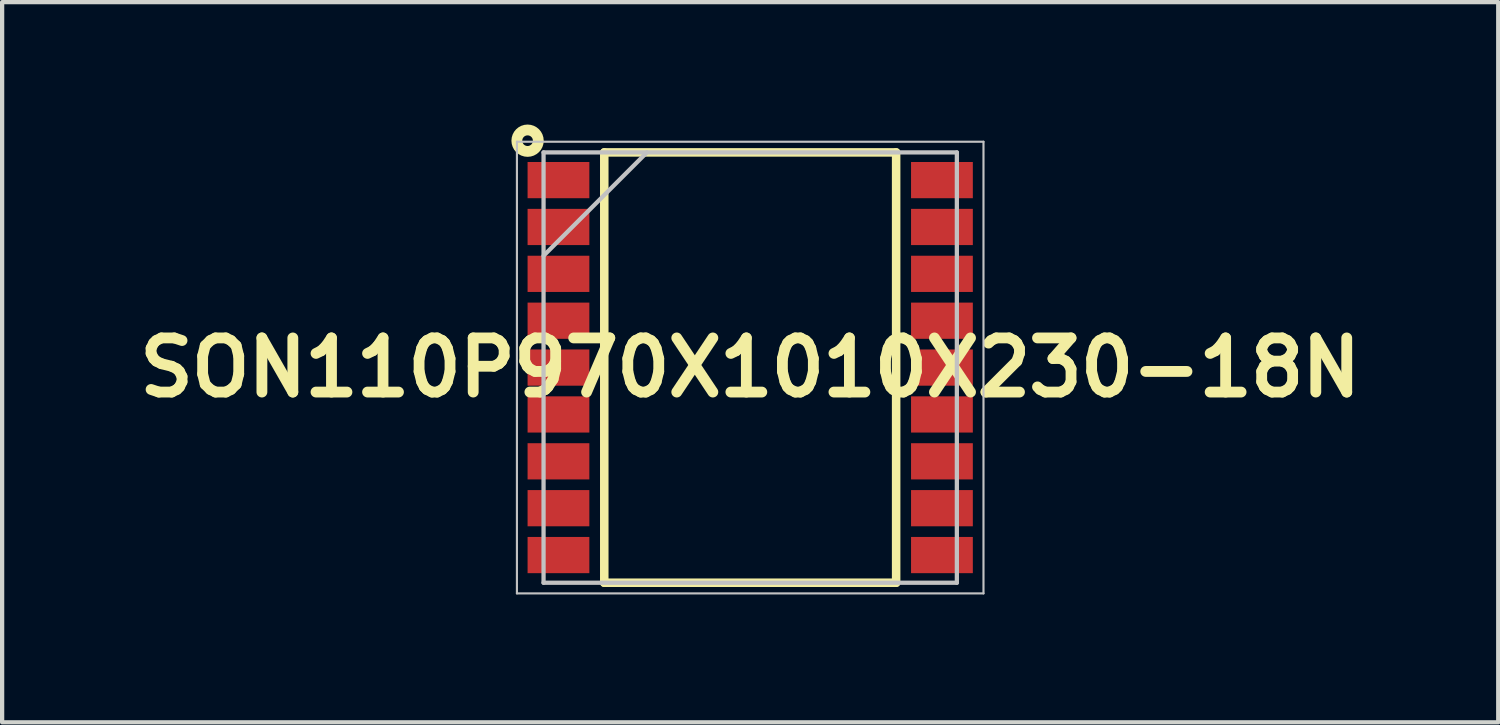
<source format=kicad_pcb>
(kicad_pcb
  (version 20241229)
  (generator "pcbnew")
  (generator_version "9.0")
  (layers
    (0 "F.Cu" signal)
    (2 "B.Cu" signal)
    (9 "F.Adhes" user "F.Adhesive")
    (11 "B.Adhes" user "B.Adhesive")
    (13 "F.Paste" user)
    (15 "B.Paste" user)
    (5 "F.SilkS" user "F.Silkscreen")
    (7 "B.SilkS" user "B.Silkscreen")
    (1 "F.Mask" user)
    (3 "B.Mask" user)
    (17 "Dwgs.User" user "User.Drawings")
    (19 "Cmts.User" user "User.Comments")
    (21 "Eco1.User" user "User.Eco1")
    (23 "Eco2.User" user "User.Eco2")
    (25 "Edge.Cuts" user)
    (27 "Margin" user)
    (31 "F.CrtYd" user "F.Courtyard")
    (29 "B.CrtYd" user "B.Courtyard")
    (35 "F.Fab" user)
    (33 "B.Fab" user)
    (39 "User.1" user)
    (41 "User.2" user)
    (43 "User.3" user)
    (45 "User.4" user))
  (footprint "SON110P970X1010X230-18N"
    (layer "F.Cu")
    (at 14.557 5.577)
    (property "Reference" "SON110P970X1010X230-18N" (at 0 0 0) (layer "F.SilkS") (effects (font (size 1.27 1.27) (thickness 0.254))))
    (attr smd)
    (fp_line (start -3.425 -5.05) (end 3.425 -5.05) (stroke (width 0.2) (type solid)) (layer "F.SilkS"))
    (fp_line (start -3.425 5.05) (end -3.425 -5.05) (stroke (width 0.2) (type solid)) (layer "F.SilkS"))
    (fp_line (start 3.425 -5.05) (end 3.425 5.05) (stroke (width 0.2) (type solid)) (layer "F.SilkS"))
    (fp_line (start 3.425 5.05) (end -3.425 5.05) (stroke (width 0.2) (type solid)) (layer "F.SilkS"))
    (fp_circle (center -5.225 -5.325) (end -5.1 -5.325) (stroke (width 0.254) (type solid)) (fill no) (layer "F.SilkS"))
    (fp_line (start -5.475 -5.3) (end 5.475 -5.3) (stroke (width 0.05) (type solid)) (layer "Dwgs.User"))
    (fp_line (start -5.475 5.3) (end -5.475 -5.3) (stroke (width 0.05) (type solid)) (layer "Dwgs.User"))
    (fp_line (start -4.85 -5.05) (end 4.85 -5.05) (stroke (width 0.1) (type solid)) (layer "Dwgs.User"))
    (fp_line (start -4.85 -2.625) (end -2.425 -5.05) (stroke (width 0.1) (type solid)) (layer "Dwgs.User"))
    (fp_line (start -4.85 5.05) (end -4.85 -5.05) (stroke (width 0.1) (type solid)) (layer "Dwgs.User"))
    (fp_line (start 4.85 -5.05) (end 4.85 5.05) (stroke (width 0.1) (type solid)) (layer "Dwgs.User"))
    (fp_line (start 4.85 5.05) (end -4.85 5.05) (stroke (width 0.1) (type solid)) (layer "Dwgs.User"))
    (fp_line (start 5.475 -5.3) (end 5.475 5.3) (stroke (width 0.05) (type solid)) (layer "Dwgs.User"))
    (fp_line (start 5.475 5.3) (end -5.475 5.3) (stroke (width 0.05) (type solid)) (layer "Dwgs.User"))
    (pad "1" smd rect (at -4.5 -4.4 90) (size 0.85 1.45) (layers "F.Cu" "F.Mask" "F.Paste"))
    (pad "2" smd rect (at -4.5 -3.3 90) (size 0.85 1.45) (layers "F.Cu" "F.Mask" "F.Paste"))
    (pad "3" smd rect (at -4.5 -2.2 90) (size 0.85 1.45) (layers "F.Cu" "F.Mask" "F.Paste"))
    (pad "4" smd rect (at -4.5 -1.1 90) (size 0.85 1.45) (layers "F.Cu" "F.Mask" "F.Paste"))
    (pad "5" smd rect (at -4.5 0 90) (size 0.85 1.45) (layers "F.Cu" "F.Mask" "F.Paste"))
    (pad "6" smd rect (at -4.5 1.1 90) (size 0.85 1.45) (layers "F.Cu" "F.Mask" "F.Paste"))
    (pad "7" smd rect (at -4.5 2.2 90) (size 0.85 1.45) (layers "F.Cu" "F.Mask" "F.Paste"))
    (pad "8" smd rect (at -4.5 3.3 90) (size 0.85 1.45) (layers "F.Cu" "F.Mask" "F.Paste"))
    (pad "9" smd rect (at -4.5 4.4 90) (size 0.85 1.45) (layers "F.Cu" "F.Mask" "F.Paste"))
    (pad "10" smd rect (at 4.5 4.4 90) (size 0.85 1.45) (layers "F.Cu" "F.Mask" "F.Paste"))
    (pad "11" smd rect (at 4.5 3.3 90) (size 0.85 1.45) (layers "F.Cu" "F.Mask" "F.Paste"))
    (pad "12" smd rect (at 4.5 2.2 90) (size 0.85 1.45) (layers "F.Cu" "F.Mask" "F.Paste"))
    (pad "13" smd rect (at 4.5 1.1 90) (size 0.85 1.45) (layers "F.Cu" "F.Mask" "F.Paste"))
    (pad "14" smd rect (at 4.5 0 90) (size 0.85 1.45) (layers "F.Cu" "F.Mask" "F.Paste"))
    (pad "15" smd rect (at 4.5 -1.1 90) (size 0.85 1.45) (layers "F.Cu" "F.Mask" "F.Paste"))
    (pad "16" smd rect (at 4.5 -2.2 90) (size 0.85 1.45) (layers "F.Cu" "F.Mask" "F.Paste"))
    (pad "17" smd rect (at 4.5 -3.3 90) (size 0.85 1.45) (layers "F.Cu" "F.Mask" "F.Paste"))
    (pad "18" smd rect (at 4.5 -4.4 90) (size 0.85 1.45) (layers "F.Cu" "F.Mask" "F.Paste")))
  (gr_rect
    (start -3 -3)
    (end 32.113 13.902)
    (stroke (width 0.1) (type default))
    (fill no)
    (layer "Edge.Cuts")))
</source>
